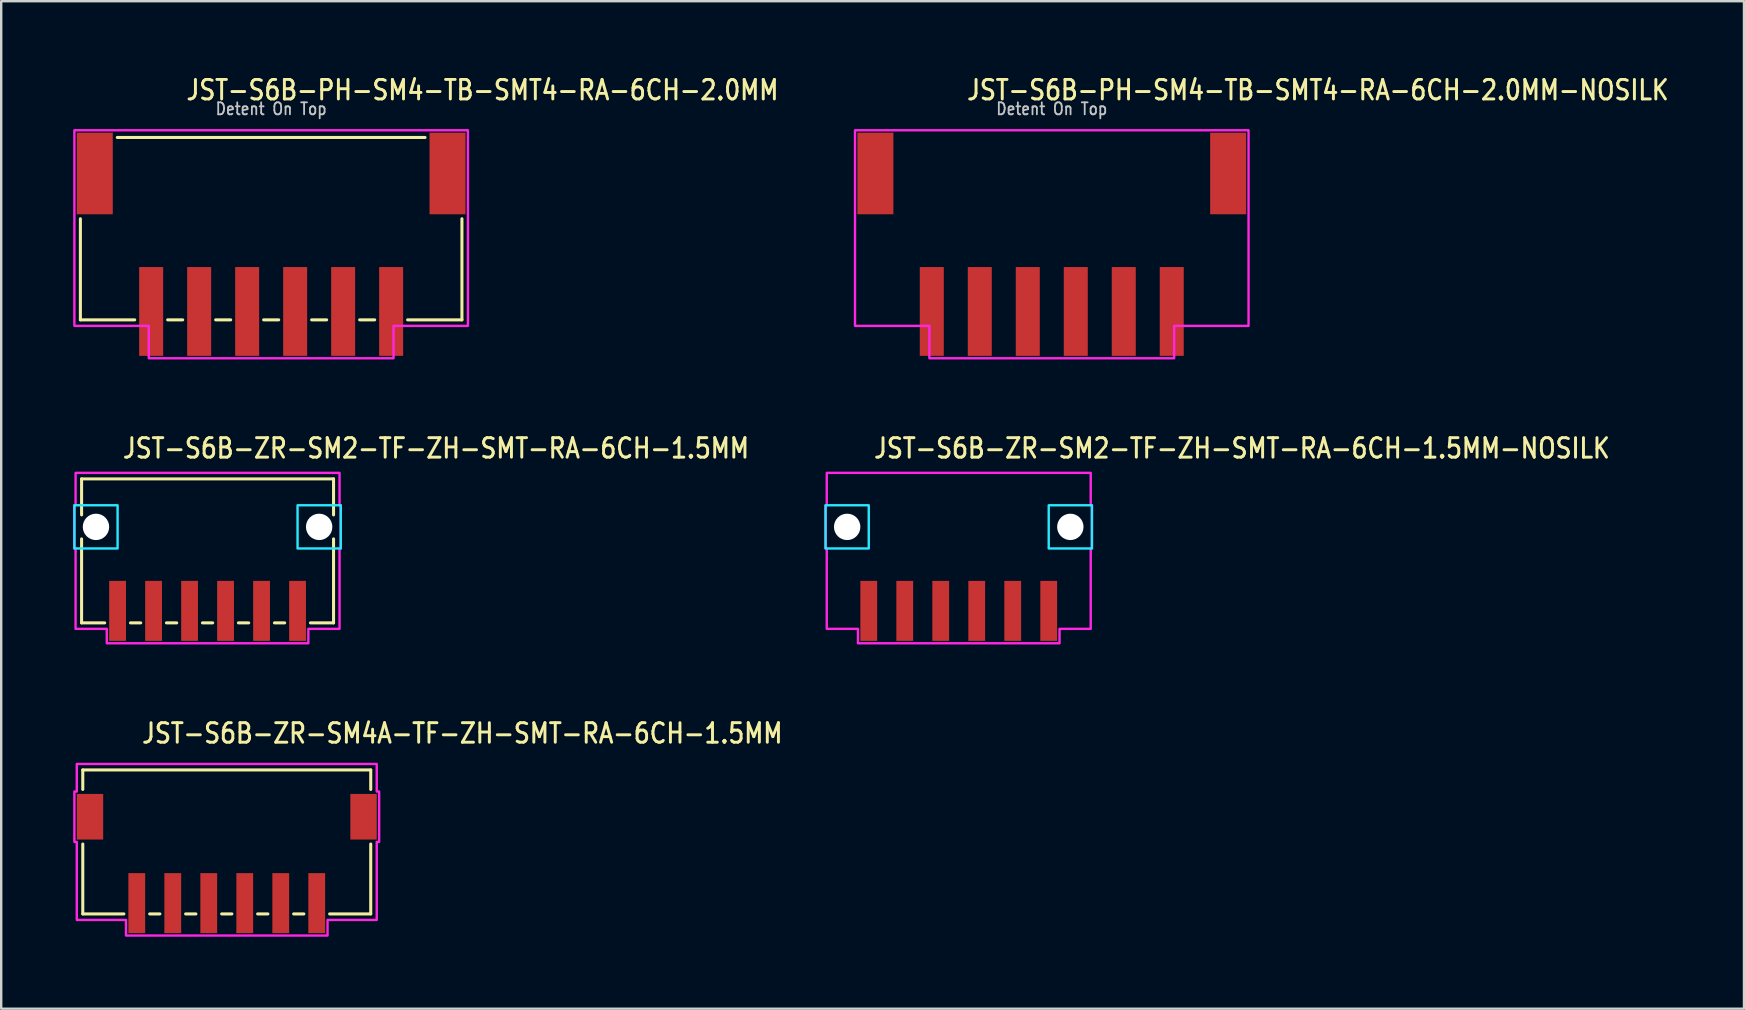
<source format=kicad_pcb>
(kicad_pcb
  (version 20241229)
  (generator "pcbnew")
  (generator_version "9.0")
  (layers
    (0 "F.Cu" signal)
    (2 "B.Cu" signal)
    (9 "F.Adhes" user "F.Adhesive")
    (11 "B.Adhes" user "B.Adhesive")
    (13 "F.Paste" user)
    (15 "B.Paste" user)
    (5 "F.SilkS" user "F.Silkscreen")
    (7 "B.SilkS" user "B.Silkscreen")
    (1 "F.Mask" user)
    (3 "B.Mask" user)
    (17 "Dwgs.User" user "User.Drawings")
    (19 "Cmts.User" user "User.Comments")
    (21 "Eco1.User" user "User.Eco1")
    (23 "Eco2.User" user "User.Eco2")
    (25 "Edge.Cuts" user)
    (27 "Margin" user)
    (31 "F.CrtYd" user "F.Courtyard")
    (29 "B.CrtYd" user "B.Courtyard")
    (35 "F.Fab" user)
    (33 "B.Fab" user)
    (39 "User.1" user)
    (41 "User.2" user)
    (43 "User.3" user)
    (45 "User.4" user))
  (footprint "JST-S6B-PH-SM4-TB-SMT4-RA-6CH-2.0MM-NOSILK"
    (layer "F.Cu")
    (at 40.781 4.179)
    (property "Reference" "JST-S6B-PH-SM4-TB-SMT4-RA-6CH-2.0MM-NOSILK" (at -3.6 -3 0) (unlocked yes) (layer "F.SilkS") (effects (font (size 0.813 0.695) (thickness 0.122)) (justify left bottom)))
    (fp_poly (pts (xy -8.2 -1.8) (xy -8.2 6.35) (xy -5.1 6.35) (xy -5.1 7.7) (xy 5.1 7.7) (xy 5.1 6.35) (xy 8.2 6.35) (xy 8.2 -1.8)) (stroke (width 0.1) (type solid)) (fill no) (layer "F.CrtYd"))
    (fp_text user "Detent On Top" (at 0 -2.4 0) (unlocked yes) (layer "Dwgs.User") (effects (font (size 0.5 0.427) (thickness 0.075)) (justify bottom)))
    (pad "1" smd rect (at 5 5.75) (size 1 3.7) (layers "F.Cu" "F.Mask" "F.Paste"))
    (pad "2" smd rect (at 3 5.75) (size 1 3.7) (layers "F.Cu" "F.Mask" "F.Paste"))
    (pad "3" smd rect (at 1 5.75) (size 1 3.7) (layers "F.Cu" "F.Mask" "F.Paste"))
    (pad "4" smd rect (at -1 5.75) (size 1 3.7) (layers "F.Cu" "F.Mask" "F.Paste"))
    (pad "5" smd rect (at -3 5.75) (size 1 3.7) (layers "F.Cu" "F.Mask" "F.Paste"))
    (pad "6" smd rect (at -5 5.75) (size 1 3.7) (layers "F.Cu" "F.Mask" "F.Paste"))
    (pad "S_1" smd rect (at -7.35 0) (size 1.5 3.4) (layers "F.Cu" "F.Mask" "F.Paste"))
    (pad "S_2" smd rect (at 7.35 0) (size 1.5 3.4) (layers "F.Cu" "F.Mask" "F.Paste")))
  (footprint "JST-S6B-PH-SM4-TB-SMT4-RA-6CH-2.0MM"
    (layer "F.Cu")
    (at 8.25 4.179)
    (property "Reference" "JST-S6B-PH-SM4-TB-SMT4-RA-6CH-2.0MM" (at -3.6 -3 0) (unlocked yes) (layer "F.SilkS") (effects (font (size 0.813 0.695) (thickness 0.122)) (justify left bottom)))
    (fp_line (start -7.95 6.1) (end -7.95 1.887) (stroke (width 0.127) (type solid)) (layer "F.SilkS"))
    (fp_line (start -7.95 6.1) (end -5.686 6.1) (stroke (width 0.127) (type solid)) (layer "F.SilkS"))
    (fp_line (start -6.413 -1.5) (end 6.413 -1.5) (stroke (width 0.127) (type solid)) (layer "F.SilkS"))
    (fp_line (start -4.314 6.1) (end -3.687 6.1) (stroke (width 0.127) (type solid)) (layer "F.SilkS"))
    (fp_line (start -2.313 6.1) (end -1.687 6.1) (stroke (width 0.127) (type solid)) (layer "F.SilkS"))
    (fp_line (start -0.314 6.1) (end 0.314 6.1) (stroke (width 0.127) (type solid)) (layer "F.SilkS"))
    (fp_line (start 1.687 6.1) (end 2.313 6.1) (stroke (width 0.127) (type solid)) (layer "F.SilkS"))
    (fp_line (start 3.687 6.1) (end 4.314 6.1) (stroke (width 0.127) (type solid)) (layer "F.SilkS"))
    (fp_line (start 5.686 6.1) (end 7.95 6.1) (stroke (width 0.127) (type solid)) (layer "F.SilkS"))
    (fp_line (start 7.95 1.887) (end 7.95 6.1) (stroke (width 0.127) (type solid)) (layer "F.SilkS"))
    (fp_poly (pts (xy -8.2 -1.8) (xy -8.2 6.35) (xy -5.1 6.35) (xy -5.1 7.7) (xy 5.1 7.7) (xy 5.1 6.35) (xy 8.2 6.35) (xy 8.2 -1.8)) (stroke (width 0.1) (type solid)) (fill no) (layer "F.CrtYd"))
    (fp_text user "Detent On Top" (at 0 -2.4 0) (unlocked yes) (layer "Dwgs.User") (effects (font (size 0.5 0.427) (thickness 0.075)) (justify bottom)))
    (pad "1" smd rect (at 5 5.75) (size 1 3.7) (layers "F.Cu" "F.Mask" "F.Paste"))
    (pad "2" smd rect (at 3 5.75) (size 1 3.7) (layers "F.Cu" "F.Mask" "F.Paste"))
    (pad "3" smd rect (at 1 5.75) (size 1 3.7) (layers "F.Cu" "F.Mask" "F.Paste"))
    (pad "4" smd rect (at -1 5.75) (size 1 3.7) (layers "F.Cu" "F.Mask" "F.Paste"))
    (pad "5" smd rect (at -3 5.75) (size 1 3.7) (layers "F.Cu" "F.Mask" "F.Paste"))
    (pad "6" smd rect (at -5 5.75) (size 1 3.7) (layers "F.Cu" "F.Mask" "F.Paste"))
    (pad "S_1" smd rect (at -7.35 0) (size 1.5 3.4) (layers "F.Cu" "F.Mask" "F.Paste"))
    (pad "S_2" smd rect (at 7.35 0) (size 1.5 3.4) (layers "F.Cu" "F.Mask" "F.Paste")))
  (footprint "JST-S6B-ZR-SM2-TF-ZH-SMT-RA-6CH-1.5MM-NOSILK"
    (layer "F.Cu")
    (at 36.904 18.907)
    (property "Reference" "JST-S6B-ZR-SM2-TF-ZH-SMT-RA-6CH-1.5MM-NOSILK" (at -3.6 -2.8 0) (unlocked yes) (layer "F.SilkS") (effects (font (size 0.813 0.695) (thickness 0.122)) (justify left bottom)))
    (fp_poly (pts (xy -5.55 -0.9) (xy -5.55 0.9) (xy -3.75 0.9) (xy -3.75 -0.9)) (stroke (width 0.1) (type solid)) (fill no) (layer "B.CrtYd"))
    (fp_poly (pts (xy 5.55 -0.9) (xy 5.55 0.9) (xy 3.75 0.9) (xy 3.75 -0.9)) (stroke (width 0.1) (type solid)) (fill no) (layer "B.CrtYd"))
    (fp_poly (pts (xy -5.5 -2.25) (xy -5.5 -0.9) (xy -5.55 -0.9) (xy -5.55 0.9) (xy -5.5 0.9) (xy -5.5 4.25) (xy -4.2 4.25) (xy -4.2 4.85) (xy 4.2 4.85) (xy 4.2 4.25) (xy 5.5 4.25) (xy 5.5 0.9) (xy 5.55 0.9) (xy 5.55 -0.9) (xy 5.5 -0.9) (xy 5.5 -2.25)) (stroke (width 0.1) (type solid)) (fill no) (layer "F.CrtYd"))
    (pad "" np_thru_hole circle (at -4.65 0) (size 1.1 1.1) (drill 1.1) (layers "*.Cu" "*.Mask"))
    (pad "" np_thru_hole circle (at 4.65 0) (size 1.1 1.1) (drill 1.1) (layers "*.Cu" "*.Mask"))
    (pad "1" smd rect (at 3.75 3.5) (size 0.7 2.5) (layers "F.Cu" "F.Mask" "F.Paste"))
    (pad "2" smd rect (at 2.25 3.5) (size 0.7 2.5) (layers "F.Cu" "F.Mask" "F.Paste"))
    (pad "3" smd rect (at 0.75 3.5) (size 0.7 2.5) (layers "F.Cu" "F.Mask" "F.Paste"))
    (pad "4" smd rect (at -0.75 3.5) (size 0.7 2.5) (layers "F.Cu" "F.Mask" "F.Paste"))
    (pad "5" smd rect (at -2.25 3.5) (size 0.7 2.5) (layers "F.Cu" "F.Mask" "F.Paste"))
    (pad "6" smd rect (at -3.75 3.5) (size 0.7 2.5) (layers "F.Cu" "F.Mask" "F.Paste")))
  (footprint "JST-S6B-ZR-SM4A-TF-ZH-SMT-RA-6CH-1.5MM"
    (layer "F.Cu")
    (at 6.4 30.986)
    (property "Reference" "JST-S6B-ZR-SM4A-TF-ZH-SMT-RA-6CH-1.5MM" (at -3.6 -3 0) (unlocked yes) (layer "F.SilkS") (effects (font (size 0.813 0.695) (thickness 0.122)) (justify left bottom)))
    (fp_line (start -6 -1.95) (end -6 -1.137) (stroke (width 0.127) (type solid)) (layer "F.SilkS"))
    (fp_line (start -6 -1.95) (end 6 -1.95) (stroke (width 0.127) (type solid)) (layer "F.SilkS"))
    (fp_line (start -6 4.05) (end -6 1.137) (stroke (width 0.127) (type solid)) (layer "F.SilkS"))
    (fp_line (start -6 4.05) (end -4.287 4.05) (stroke (width 0.127) (type solid)) (layer "F.SilkS"))
    (fp_line (start -3.213 4.05) (end -2.787 4.05) (stroke (width 0.127) (type solid)) (layer "F.SilkS"))
    (fp_line (start -1.714 4.05) (end -1.286 4.05) (stroke (width 0.127) (type solid)) (layer "F.SilkS"))
    (fp_line (start -0.213 4.05) (end 0.213 4.05) (stroke (width 0.127) (type solid)) (layer "F.SilkS"))
    (fp_line (start 1.286 4.05) (end 1.714 4.05) (stroke (width 0.127) (type solid)) (layer "F.SilkS"))
    (fp_line (start 2.787 4.05) (end 3.213 4.05) (stroke (width 0.127) (type solid)) (layer "F.SilkS"))
    (fp_line (start 4.287 4.05) (end 6 4.05) (stroke (width 0.127) (type solid)) (layer "F.SilkS"))
    (fp_line (start 6 -1.137) (end 6 -1.95) (stroke (width 0.127) (type solid)) (layer "F.SilkS"))
    (fp_line (start 6 1.137) (end 6 4.05) (stroke (width 0.127) (type solid)) (layer "F.SilkS"))
    (fp_poly (pts (xy -6.25 -2.2) (xy -6.25 -1.05) (xy -6.35 -1.05) (xy -6.35 1.05) (xy -6.25 1.05) (xy -6.25 4.3) (xy -4.2 4.3) (xy -4.2 4.95) (xy 4.2 4.95) (xy 4.2 4.3) (xy 6.25 4.3) (xy 6.25 1.05) (xy 6.35 1.05) (xy 6.35 -1.05) (xy 6.25 -1.05) (xy 6.25 -2.2)) (stroke (width 0.1) (type solid)) (fill no) (layer "F.CrtYd"))
    (pad "1" smd rect (at 3.75 3.6) (size 0.7 2.5) (layers "F.Cu" "F.Mask" "F.Paste"))
    (pad "2" smd rect (at 2.25 3.6) (size 0.7 2.5) (layers "F.Cu" "F.Mask" "F.Paste"))
    (pad "3" smd rect (at 0.75 3.6) (size 0.7 2.5) (layers "F.Cu" "F.Mask" "F.Paste"))
    (pad "4" smd rect (at -0.75 3.6) (size 0.7 2.5) (layers "F.Cu" "F.Mask" "F.Paste"))
    (pad "5" smd rect (at -2.25 3.6) (size 0.7 2.5) (layers "F.Cu" "F.Mask" "F.Paste"))
    (pad "6" smd rect (at -3.75 3.6) (size 0.7 2.5) (layers "F.Cu" "F.Mask" "F.Paste"))
    (pad "S_1" smd rect (at -5.7 0) (size 1.1 1.9) (layers "F.Cu" "F.Mask" "F.Paste"))
    (pad "S_2" smd rect (at 5.7 0) (size 1.1 1.9) (layers "F.Cu" "F.Mask" "F.Paste")))
  (footprint "JST-S6B-ZR-SM2-TF-ZH-SMT-RA-6CH-1.5MM"
    (layer "F.Cu")
    (at 5.6 18.907)
    (property "Reference" "JST-S6B-ZR-SM2-TF-ZH-SMT-RA-6CH-1.5MM" (at -3.6 -2.8 0) (unlocked yes) (layer "F.SilkS") (effects (font (size 0.813 0.695) (thickness 0.122)) (justify left bottom)))
    (fp_line (start -5.25 -2) (end -5.25 -0.5) (stroke (width 0.127) (type solid)) (layer "F.SilkS"))
    (fp_line (start -5.25 -2) (end 5.25 -2) (stroke (width 0.127) (type solid)) (layer "F.SilkS"))
    (fp_line (start -5.25 4) (end -5.25 0.5) (stroke (width 0.127) (type solid)) (layer "F.SilkS"))
    (fp_line (start -5.25 4) (end -4.287 4) (stroke (width 0.127) (type solid)) (layer "F.SilkS"))
    (fp_line (start -3.213 4) (end -2.787 4) (stroke (width 0.127) (type solid)) (layer "F.SilkS"))
    (fp_line (start -1.714 4) (end -1.286 4) (stroke (width 0.127) (type solid)) (layer "F.SilkS"))
    (fp_line (start -0.213 4) (end 0.213 4) (stroke (width 0.127) (type solid)) (layer "F.SilkS"))
    (fp_line (start 1.286 4) (end 1.714 4) (stroke (width 0.127) (type solid)) (layer "F.SilkS"))
    (fp_line (start 2.787 4) (end 3.213 4) (stroke (width 0.127) (type solid)) (layer "F.SilkS"))
    (fp_line (start 4.287 4) (end 5.25 4) (stroke (width 0.127) (type solid)) (layer "F.SilkS"))
    (fp_line (start 5.25 -0.5) (end 5.25 -2) (stroke (width 0.127) (type solid)) (layer "F.SilkS"))
    (fp_line (start 5.25 0.5) (end 5.25 4) (stroke (width 0.127) (type solid)) (layer "F.SilkS"))
    (fp_poly (pts (xy -5.55 -0.9) (xy -5.55 0.9) (xy -3.75 0.9) (xy -3.75 -0.9)) (stroke (width 0.1) (type solid)) (fill no) (layer "B.CrtYd"))
    (fp_poly (pts (xy 5.55 -0.9) (xy 5.55 0.9) (xy 3.75 0.9) (xy 3.75 -0.9)) (stroke (width 0.1) (type solid)) (fill no) (layer "B.CrtYd"))
    (fp_poly (pts (xy -5.5 -2.25) (xy -5.5 -0.9) (xy -5.55 -0.9) (xy -5.55 0.9) (xy -5.5 0.9) (xy -5.5 4.25) (xy -4.2 4.25) (xy -4.2 4.85) (xy 4.2 4.85) (xy 4.2 4.25) (xy 5.5 4.25) (xy 5.5 0.9) (xy 5.55 0.9) (xy 5.55 -0.9) (xy 5.5 -0.9) (xy 5.5 -2.25)) (stroke (width 0.1) (type solid)) (fill no) (layer "F.CrtYd"))
    (pad "" np_thru_hole circle (at -4.65 0) (size 1.1 1.1) (drill 1.1) (layers "*.Cu" "*.Mask"))
    (pad "" np_thru_hole circle (at 4.65 0) (size 1.1 1.1) (drill 1.1) (layers "*.Cu" "*.Mask"))
    (pad "1" smd rect (at 3.75 3.5) (size 0.7 2.5) (layers "F.Cu" "F.Mask" "F.Paste"))
    (pad "2" smd rect (at 2.25 3.5) (size 0.7 2.5) (layers "F.Cu" "F.Mask" "F.Paste"))
    (pad "3" smd rect (at 0.75 3.5) (size 0.7 2.5) (layers "F.Cu" "F.Mask" "F.Paste"))
    (pad "4" smd rect (at -0.75 3.5) (size 0.7 2.5) (layers "F.Cu" "F.Mask" "F.Paste"))
    (pad "5" smd rect (at -2.25 3.5) (size 0.7 2.5) (layers "F.Cu" "F.Mask" "F.Paste"))
    (pad "6" smd rect (at -3.75 3.5) (size 0.7 2.5) (layers "F.Cu" "F.Mask" "F.Paste")))
  (gr_rect
    (start -3 -3)
    (end 69.628 38.986)
    (stroke (width 0.1) (type default))
    (fill no)
    (layer "Edge.Cuts")))
</source>
